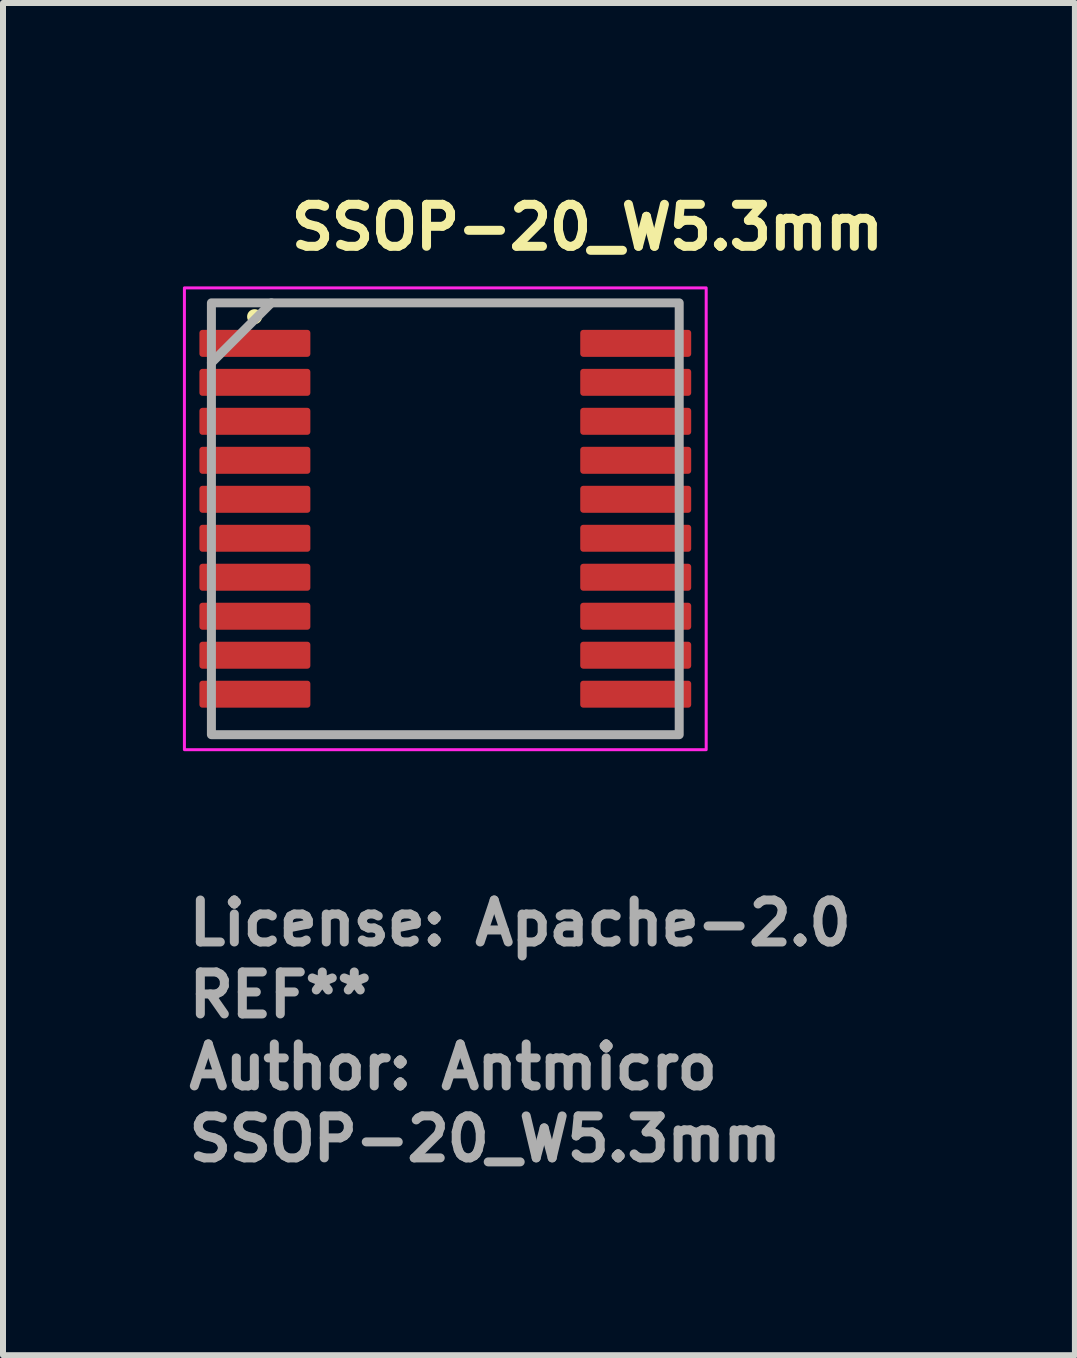
<source format=kicad_pcb>
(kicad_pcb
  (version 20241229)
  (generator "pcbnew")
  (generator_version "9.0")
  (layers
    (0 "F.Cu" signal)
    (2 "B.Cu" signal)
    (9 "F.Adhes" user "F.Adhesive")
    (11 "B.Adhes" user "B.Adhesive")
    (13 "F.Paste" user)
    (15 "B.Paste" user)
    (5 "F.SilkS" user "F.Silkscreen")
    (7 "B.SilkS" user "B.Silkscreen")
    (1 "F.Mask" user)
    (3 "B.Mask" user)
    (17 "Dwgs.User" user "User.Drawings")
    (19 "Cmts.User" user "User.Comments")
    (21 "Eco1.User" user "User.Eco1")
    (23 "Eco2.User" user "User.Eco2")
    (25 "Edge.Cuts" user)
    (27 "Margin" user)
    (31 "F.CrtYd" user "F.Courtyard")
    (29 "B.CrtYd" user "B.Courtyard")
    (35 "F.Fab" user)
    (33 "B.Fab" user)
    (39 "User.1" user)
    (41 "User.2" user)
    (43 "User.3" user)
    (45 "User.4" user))
  (footprint "SSOP-20_W5.3mm"
    (layer "F.Cu")
    (at 4.375 5.6)
    (property "Reference" "SSOP-20_W5.3mm" (at -2.645 -4.45 0) (layer "F.SilkS") (effects (font (size 0.7 0.7) (thickness 0.15)) (justify left bottom)))
    (attr smd)
    (fp_circle (center -3.18 -3.37) (end -3.13 -3.37) (stroke (width 0.15) (type solid)) (fill yes) (layer "F.SilkS"))
    (fp_rect (start -4.35 -3.85) (end 4.35 3.85) (stroke (width 0.05) (type solid)) (fill no) (layer "F.CrtYd"))
    (fp_line (start -2.9 -3.6) (end -3.9 -2.6) (stroke (width 0.15) (type default)) (layer "F.Fab"))
    (fp_rect (start -3.9 -3.6) (end 3.9 3.6) (stroke (width 0.15) (type solid)) (fill no) (layer "F.Fab"))
    (fp_rect (start -3.9 -3.6) (end 3.9 3.6) (stroke (width 0.1) (type solid)) (fill no) (layer "User.5"))
    (fp_line (start -3.9 -3.075) (end -3.9 -2.775) (stroke (width 0.02) (type solid)) (layer "User.9"))
    (fp_line (start -3.9 -2.425) (end -3.9 -2.125) (stroke (width 0.02) (type solid)) (layer "User.9"))
    (fp_line (start -3.9 -1.775) (end -3.9 -1.475) (stroke (width 0.02) (type solid)) (layer "User.9"))
    (fp_line (start -3.9 -1.125) (end -3.9 -0.825) (stroke (width 0.02) (type solid)) (layer "User.9"))
    (fp_line (start -3.9 -0.475) (end -3.9 -0.175) (stroke (width 0.02) (type solid)) (layer "User.9"))
    (fp_line (start -3.9 0.175) (end -3.9 0.475) (stroke (width 0.02) (type solid)) (layer "User.9"))
    (fp_line (start -3.9 0.825) (end -3.9 1.125) (stroke (width 0.02) (type solid)) (layer "User.9"))
    (fp_line (start -3.9 1.475) (end -3.9 1.775) (stroke (width 0.02) (type solid)) (layer "User.9"))
    (fp_line (start -3.9 2.125) (end -3.9 2.425) (stroke (width 0.02) (type solid)) (layer "User.9"))
    (fp_line (start -3.9 2.775) (end -3.9 3.075) (stroke (width 0.02) (type solid)) (layer "User.9"))
    (fp_line (start -3.43 -3.075) (end -3.9 -3.075) (stroke (width 0.02) (type solid)) (layer "User.9"))
    (fp_line (start -3.43 -3.075) (end -3.43 -2.775) (stroke (width 0.02) (type solid)) (layer "User.9"))
    (fp_line (start -3.43 -3.075) (end -3.293 -3.075) (stroke (width 0.02) (type solid)) (layer "User.9"))
    (fp_line (start -3.43 -2.775) (end -3.9 -2.775) (stroke (width 0.02) (type solid)) (layer "User.9"))
    (fp_line (start -3.43 -2.425) (end -3.9 -2.425) (stroke (width 0.02) (type solid)) (layer "User.9"))
    (fp_line (start -3.43 -2.425) (end -3.43 -2.125) (stroke (width 0.02) (type solid)) (layer "User.9"))
    (fp_line (start -3.43 -2.425) (end -3.293 -2.425) (stroke (width 0.02) (type solid)) (layer "User.9"))
    (fp_line (start -3.43 -2.125) (end -3.9 -2.125) (stroke (width 0.02) (type solid)) (layer "User.9"))
    (fp_line (start -3.43 -1.775) (end -3.9 -1.775) (stroke (width 0.02) (type solid)) (layer "User.9"))
    (fp_line (start -3.43 -1.775) (end -3.43 -1.475) (stroke (width 0.02) (type solid)) (layer "User.9"))
    (fp_line (start -3.43 -1.775) (end -3.293 -1.775) (stroke (width 0.02) (type solid)) (layer "User.9"))
    (fp_line (start -3.43 -1.475) (end -3.9 -1.475) (stroke (width 0.02) (type solid)) (layer "User.9"))
    (fp_line (start -3.43 -1.125) (end -3.9 -1.125) (stroke (width 0.02) (type solid)) (layer "User.9"))
    (fp_line (start -3.43 -1.125) (end -3.43 -0.825) (stroke (width 0.02) (type solid)) (layer "User.9"))
    (fp_line (start -3.43 -1.125) (end -3.293 -1.125) (stroke (width 0.02) (type solid)) (layer "User.9"))
    (fp_line (start -3.43 -0.825) (end -3.9 -0.825) (stroke (width 0.02) (type solid)) (layer "User.9"))
    (fp_line (start -3.43 -0.475) (end -3.9 -0.475) (stroke (width 0.02) (type solid)) (layer "User.9"))
    (fp_line (start -3.43 -0.475) (end -3.43 -0.175) (stroke (width 0.02) (type solid)) (layer "User.9"))
    (fp_line (start -3.43 -0.475) (end -3.293 -0.475) (stroke (width 0.02) (type solid)) (layer "User.9"))
    (fp_line (start -3.43 -0.175) (end -3.9 -0.175) (stroke (width 0.02) (type solid)) (layer "User.9"))
    (fp_line (start -3.43 0.175) (end -3.9 0.175) (stroke (width 0.02) (type solid)) (layer "User.9"))
    (fp_line (start -3.43 0.175) (end -3.43 0.475) (stroke (width 0.02) (type solid)) (layer "User.9"))
    (fp_line (start -3.43 0.175) (end -3.293 0.175) (stroke (width 0.02) (type solid)) (layer "User.9"))
    (fp_line (start -3.43 0.475) (end -3.9 0.475) (stroke (width 0.02) (type solid)) (layer "User.9"))
    (fp_line (start -3.43 0.825) (end -3.9 0.825) (stroke (width 0.02) (type solid)) (layer "User.9"))
    (fp_line (start -3.43 0.825) (end -3.43 1.125) (stroke (width 0.02) (type solid)) (layer "User.9"))
    (fp_line (start -3.43 0.825) (end -3.293 0.825) (stroke (width 0.02) (type solid)) (layer "User.9"))
    (fp_line (start -3.43 1.125) (end -3.9 1.125) (stroke (width 0.02) (type solid)) (layer "User.9"))
    (fp_line (start -3.43 1.475) (end -3.9 1.475) (stroke (width 0.02) (type solid)) (layer "User.9"))
    (fp_line (start -3.43 1.475) (end -3.43 1.775) (stroke (width 0.02) (type solid)) (layer "User.9"))
    (fp_line (start -3.43 1.475) (end -3.293 1.475) (stroke (width 0.02) (type solid)) (layer "User.9"))
    (fp_line (start -3.43 1.775) (end -3.9 1.775) (stroke (width 0.02) (type solid)) (layer "User.9"))
    (fp_line (start -3.43 2.125) (end -3.9 2.125) (stroke (width 0.02) (type solid)) (layer "User.9"))
    (fp_line (start -3.43 2.125) (end -3.43 2.425) (stroke (width 0.02) (type solid)) (layer "User.9"))
    (fp_line (start -3.43 2.125) (end -3.293 2.125) (stroke (width 0.02) (type solid)) (layer "User.9"))
    (fp_line (start -3.43 2.425) (end -3.9 2.425) (stroke (width 0.02) (type solid)) (layer "User.9"))
    (fp_line (start -3.43 2.775) (end -3.9 2.775) (stroke (width 0.02) (type solid)) (layer "User.9"))
    (fp_line (start -3.43 2.775) (end -3.43 3.075) (stroke (width 0.02) (type solid)) (layer "User.9"))
    (fp_line (start -3.43 2.775) (end -3.293 2.775) (stroke (width 0.02) (type solid)) (layer "User.9"))
    (fp_line (start -3.43 3.075) (end -3.9 3.075) (stroke (width 0.02) (type solid)) (layer "User.9"))
    (fp_line (start -3.293 -3.075) (end -3.293 -2.775) (stroke (width 0.02) (type solid)) (layer "User.9"))
    (fp_line (start -3.293 -2.775) (end -3.43 -2.775) (stroke (width 0.02) (type solid)) (layer "User.9"))
    (fp_line (start -3.293 -2.775) (end -3.215 -2.775) (stroke (width 0.02) (type solid)) (layer "User.9"))
    (fp_line (start -3.293 -2.425) (end -3.293 -2.125) (stroke (width 0.02) (type solid)) (layer "User.9"))
    (fp_line (start -3.293 -2.125) (end -3.43 -2.125) (stroke (width 0.02) (type solid)) (layer "User.9"))
    (fp_line (start -3.293 -2.125) (end -3.215 -2.125) (stroke (width 0.02) (type solid)) (layer "User.9"))
    (fp_line (start -3.293 -1.775) (end -3.293 -1.475) (stroke (width 0.02) (type solid)) (layer "User.9"))
    (fp_line (start -3.293 -1.475) (end -3.43 -1.475) (stroke (width 0.02) (type solid)) (layer "User.9"))
    (fp_line (start -3.293 -1.475) (end -3.215 -1.475) (stroke (width 0.02) (type solid)) (layer "User.9"))
    (fp_line (start -3.293 -1.125) (end -3.293 -0.825) (stroke (width 0.02) (type solid)) (layer "User.9"))
    (fp_line (start -3.293 -0.825) (end -3.43 -0.825) (stroke (width 0.02) (type solid)) (layer "User.9"))
    (fp_line (start -3.293 -0.825) (end -3.215 -0.825) (stroke (width 0.02) (type solid)) (layer "User.9"))
    (fp_line (start -3.293 -0.475) (end -3.293 -0.175) (stroke (width 0.02) (type solid)) (layer "User.9"))
    (fp_line (start -3.293 -0.175) (end -3.43 -0.175) (stroke (width 0.02) (type solid)) (layer "User.9"))
    (fp_line (start -3.293 -0.175) (end -3.215 -0.175) (stroke (width 0.02) (type solid)) (layer "User.9"))
    (fp_line (start -3.293 0.175) (end -3.293 0.475) (stroke (width 0.02) (type solid)) (layer "User.9"))
    (fp_line (start -3.293 0.475) (end -3.43 0.475) (stroke (width 0.02) (type solid)) (layer "User.9"))
    (fp_line (start -3.293 0.475) (end -3.215 0.475) (stroke (width 0.02) (type solid)) (layer "User.9"))
    (fp_line (start -3.293 0.825) (end -3.293 1.125) (stroke (width 0.02) (type solid)) (layer "User.9"))
    (fp_line (start -3.293 1.125) (end -3.43 1.125) (stroke (width 0.02) (type solid)) (layer "User.9"))
    (fp_line (start -3.293 1.125) (end -3.215 1.125) (stroke (width 0.02) (type solid)) (layer "User.9"))
    (fp_line (start -3.293 1.475) (end -3.293 1.775) (stroke (width 0.02) (type solid)) (layer "User.9"))
    (fp_line (start -3.293 1.775) (end -3.43 1.775) (stroke (width 0.02) (type solid)) (layer "User.9"))
    (fp_line (start -3.293 1.775) (end -3.215 1.775) (stroke (width 0.02) (type solid)) (layer "User.9"))
    (fp_line (start -3.293 2.125) (end -3.293 2.425) (stroke (width 0.02) (type solid)) (layer "User.9"))
    (fp_line (start -3.293 2.425) (end -3.43 2.425) (stroke (width 0.02) (type solid)) (layer "User.9"))
    (fp_line (start -3.293 2.425) (end -3.215 2.425) (stroke (width 0.02) (type solid)) (layer "User.9"))
    (fp_line (start -3.293 2.775) (end -3.293 3.075) (stroke (width 0.02) (type solid)) (layer "User.9"))
    (fp_line (start -3.293 3.075) (end -3.43 3.075) (stroke (width 0.02) (type solid)) (layer "User.9"))
    (fp_line (start -3.293 3.075) (end -3.215 3.075) (stroke (width 0.02) (type solid)) (layer "User.9"))
    (fp_line (start -3.215 -3.075) (end -3.293 -3.075) (stroke (width 0.02) (type solid)) (layer "User.9"))
    (fp_line (start -3.215 -3.075) (end -2.92 -3.075) (stroke (width 0.02) (type solid)) (layer "User.9"))
    (fp_line (start -3.215 -2.775) (end -3.215 -3.075) (stroke (width 0.02) (type solid)) (layer "User.9"))
    (fp_line (start -3.215 -2.425) (end -3.293 -2.425) (stroke (width 0.02) (type solid)) (layer "User.9"))
    (fp_line (start -3.215 -2.425) (end -2.92 -2.425) (stroke (width 0.02) (type solid)) (layer "User.9"))
    (fp_line (start -3.215 -2.125) (end -3.215 -2.425) (stroke (width 0.02) (type solid)) (layer "User.9"))
    (fp_line (start -3.215 -1.775) (end -3.293 -1.775) (stroke (width 0.02) (type solid)) (layer "User.9"))
    (fp_line (start -3.215 -1.775) (end -2.92 -1.775) (stroke (width 0.02) (type solid)) (layer "User.9"))
    (fp_line (start -3.215 -1.475) (end -3.215 -1.775) (stroke (width 0.02) (type solid)) (layer "User.9"))
    (fp_line (start -3.215 -1.125) (end -3.293 -1.125) (stroke (width 0.02) (type solid)) (layer "User.9"))
    (fp_line (start -3.215 -1.125) (end -2.92 -1.125) (stroke (width 0.02) (type solid)) (layer "User.9"))
    (fp_line (start -3.215 -0.825) (end -3.215 -1.125) (stroke (width 0.02) (type solid)) (layer "User.9"))
    (fp_line (start -3.215 -0.475) (end -3.293 -0.475) (stroke (width 0.02) (type solid)) (layer "User.9"))
    (fp_line (start -3.215 -0.475) (end -2.92 -0.475) (stroke (width 0.02) (type solid)) (layer "User.9"))
    (fp_line (start -3.215 -0.175) (end -3.215 -0.475) (stroke (width 0.02) (type solid)) (layer "User.9"))
    (fp_line (start -3.215 0.175) (end -3.293 0.175) (stroke (width 0.02) (type solid)) (layer "User.9"))
    (fp_line (start -3.215 0.175) (end -2.92 0.175) (stroke (width 0.02) (type solid)) (layer "User.9"))
    (fp_line (start -3.215 0.475) (end -3.215 0.175) (stroke (width 0.02) (type solid)) (layer "User.9"))
    (fp_line (start -3.215 0.825) (end -3.293 0.825) (stroke (width 0.02) (type solid)) (layer "User.9"))
    (fp_line (start -3.215 0.825) (end -2.92 0.825) (stroke (width 0.02) (type solid)) (layer "User.9"))
    (fp_line (start -3.215 1.125) (end -3.215 0.825) (stroke (width 0.02) (type solid)) (layer "User.9"))
    (fp_line (start -3.215 1.475) (end -3.293 1.475) (stroke (width 0.02) (type solid)) (layer "User.9"))
    (fp_line (start -3.215 1.475) (end -2.92 1.475) (stroke (width 0.02) (type solid)) (layer "User.9"))
    (fp_line (start -3.215 1.775) (end -3.215 1.475) (stroke (width 0.02) (type solid)) (layer "User.9"))
    (fp_line (start -3.215 2.125) (end -3.293 2.125) (stroke (width 0.02) (type solid)) (layer "User.9"))
    (fp_line (start -3.215 2.125) (end -2.92 2.125) (stroke (width 0.02) (type solid)) (layer "User.9"))
    (fp_line (start -3.215 2.425) (end -3.215 2.125) (stroke (width 0.02) (type solid)) (layer "User.9"))
    (fp_line (start -3.215 2.775) (end -3.293 2.775) (stroke (width 0.02) (type solid)) (layer "User.9"))
    (fp_line (start -3.215 2.775) (end -2.92 2.775) (stroke (width 0.02) (type solid)) (layer "User.9"))
    (fp_line (start -3.215 3.075) (end -3.215 2.775) (stroke (width 0.02) (type solid)) (layer "User.9"))
    (fp_line (start -2.919 -2.775) (end -3.215 -2.775) (stroke (width 0.02) (type solid)) (layer "User.9"))
    (fp_line (start -2.919 -2.775) (end -2.919 -3.075) (stroke (width 0.02) (type solid)) (layer "User.9"))
    (fp_line (start -2.919 -2.125) (end -3.215 -2.125) (stroke (width 0.02) (type solid)) (layer "User.9"))
    (fp_line (start -2.919 -2.125) (end -2.919 -2.425) (stroke (width 0.02) (type solid)) (layer "User.9"))
    (fp_line (start -2.919 -1.475) (end -3.215 -1.475) (stroke (width 0.02) (type solid)) (layer "User.9"))
    (fp_line (start -2.919 -1.475) (end -2.919 -1.775) (stroke (width 0.02) (type solid)) (layer "User.9"))
    (fp_line (start -2.919 -0.825) (end -3.215 -0.825) (stroke (width 0.02) (type solid)) (layer "User.9"))
    (fp_line (start -2.919 -0.825) (end -2.919 -1.125) (stroke (width 0.02) (type solid)) (layer "User.9"))
    (fp_line (start -2.919 -0.175) (end -3.215 -0.175) (stroke (width 0.02) (type solid)) (layer "User.9"))
    (fp_line (start -2.919 -0.175) (end -2.919 -0.475) (stroke (width 0.02) (type solid)) (layer "User.9"))
    (fp_line (start -2.919 0.475) (end -3.215 0.475) (stroke (width 0.02) (type solid)) (layer "User.9"))
    (fp_line (start -2.919 0.475) (end -2.919 0.175) (stroke (width 0.02) (type solid)) (layer "User.9"))
    (fp_line (start -2.919 1.125) (end -3.215 1.125) (stroke (width 0.02) (type solid)) (layer "User.9"))
    (fp_line (start -2.919 1.125) (end -2.919 0.825) (stroke (width 0.02) (type solid)) (layer "User.9"))
    (fp_line (start -2.919 1.775) (end -3.215 1.775) (stroke (width 0.02) (type solid)) (layer "User.9"))
    (fp_line (start -2.919 1.775) (end -2.919 1.475) (stroke (width 0.02) (type solid)) (layer "User.9"))
    (fp_line (start -2.919 2.425) (end -3.215 2.425) (stroke (width 0.02) (type solid)) (layer "User.9"))
    (fp_line (start -2.919 2.425) (end -2.919 2.125) (stroke (width 0.02) (type solid)) (layer "User.9"))
    (fp_line (start -2.919 3.075) (end -3.215 3.075) (stroke (width 0.02) (type solid)) (layer "User.9"))
    (fp_line (start -2.919 3.075) (end -2.919 2.775) (stroke (width 0.02) (type solid)) (layer "User.9"))
    (fp_line (start -2.65 -3.407) (end -2.65 -3.4) (stroke (width 0.02) (type solid)) (layer "User.9"))
    (fp_line (start -2.65 -3.4) (end -2.65 3.4) (stroke (width 0.02) (type solid)) (layer "User.9"))
    (fp_line (start -2.65 -3.075) (end -2.919 -3.075) (stroke (width 0.02) (type solid)) (layer "User.9"))
    (fp_line (start -2.65 -3.075) (end -2.65 -2.775) (stroke (width 0.02) (type solid)) (layer "User.9"))
    (fp_line (start -2.65 -2.775) (end -2.919 -2.775) (stroke (width 0.02) (type solid)) (layer "User.9"))
    (fp_line (start -2.65 -2.425) (end -2.919 -2.425) (stroke (width 0.02) (type solid)) (layer "User.9"))
    (fp_line (start -2.65 -2.425) (end -2.65 -2.125) (stroke (width 0.02) (type solid)) (layer "User.9"))
    (fp_line (start -2.65 -2.125) (end -2.919 -2.125) (stroke (width 0.02) (type solid)) (layer "User.9"))
    (fp_line (start -2.65 -1.775) (end -2.919 -1.775) (stroke (width 0.02) (type solid)) (layer "User.9"))
    (fp_line (start -2.65 -1.775) (end -2.65 -1.475) (stroke (width 0.02) (type solid)) (layer "User.9"))
    (fp_line (start -2.65 -1.475) (end -2.919 -1.475) (stroke (width 0.02) (type solid)) (layer "User.9"))
    (fp_line (start -2.65 -1.125) (end -2.919 -1.125) (stroke (width 0.02) (type solid)) (layer "User.9"))
    (fp_line (start -2.65 -1.125) (end -2.65 -0.825) (stroke (width 0.02) (type solid)) (layer "User.9"))
    (fp_line (start -2.65 -0.825) (end -2.919 -0.825) (stroke (width 0.02) (type solid)) (layer "User.9"))
    (fp_line (start -2.65 -0.475) (end -2.919 -0.475) (stroke (width 0.02) (type solid)) (layer "User.9"))
    (fp_line (start -2.65 -0.475) (end -2.65 -0.175) (stroke (width 0.02) (type solid)) (layer "User.9"))
    (fp_line (start -2.65 -0.175) (end -2.919 -0.175) (stroke (width 0.02) (type solid)) (layer "User.9"))
    (fp_line (start -2.65 0.175) (end -2.919 0.175) (stroke (width 0.02) (type solid)) (layer "User.9"))
    (fp_line (start -2.65 0.175) (end -2.65 0.475) (stroke (width 0.02) (type solid)) (layer "User.9"))
    (fp_line (start -2.65 0.475) (end -2.919 0.475) (stroke (width 0.02) (type solid)) (layer "User.9"))
    (fp_line (start -2.65 0.825) (end -2.919 0.825) (stroke (width 0.02) (type solid)) (layer "User.9"))
    (fp_line (start -2.65 0.825) (end -2.65 1.125) (stroke (width 0.02) (type solid)) (layer "User.9"))
    (fp_line (start -2.65 1.125) (end -2.919 1.125) (stroke (width 0.02) (type solid)) (layer "User.9"))
    (fp_line (start -2.65 1.475) (end -2.919 1.475) (stroke (width 0.02) (type solid)) (layer "User.9"))
    (fp_line (start -2.65 1.475) (end -2.65 1.775) (stroke (width 0.02) (type solid)) (layer "User.9"))
    (fp_line (start -2.65 1.775) (end -2.919 1.775) (stroke (width 0.02) (type solid)) (layer "User.9"))
    (fp_line (start -2.65 2.125) (end -2.919 2.125) (stroke (width 0.02) (type solid)) (layer "User.9"))
    (fp_line (start -2.65 2.125) (end -2.65 2.425) (stroke (width 0.02) (type solid)) (layer "User.9"))
    (fp_line (start -2.65 2.425) (end -2.919 2.425) (stroke (width 0.02) (type solid)) (layer "User.9"))
    (fp_line (start -2.65 2.775) (end -2.919 2.775) (stroke (width 0.02) (type solid)) (layer "User.9"))
    (fp_line (start -2.65 2.775) (end -2.65 3.075) (stroke (width 0.02) (type solid)) (layer "User.9"))
    (fp_line (start -2.65 3.075) (end -2.919 3.075) (stroke (width 0.02) (type solid)) (layer "User.9"))
    (fp_line (start -2.65 3.4) (end -2.65 3.407) (stroke (width 0.02) (type solid)) (layer "User.9"))
    (fp_line (start -2.65 3.407) (end -2.645 3.444) (stroke (width 0.02) (type solid)) (layer "User.9"))
    (fp_line (start -2.645 -3.444) (end -2.65 -3.407) (stroke (width 0.02) (type solid)) (layer "User.9"))
    (fp_line (start -2.645 3.444) (end -2.633 3.48) (stroke (width 0.02) (type solid)) (layer "User.9"))
    (fp_line (start -2.633 -3.48) (end -2.645 -3.444) (stroke (width 0.02) (type solid)) (layer "User.9"))
    (fp_line (start -2.633 3.48) (end -2.615 3.513) (stroke (width 0.02) (type solid)) (layer "User.9"))
    (fp_line (start -2.615 -3.513) (end -2.633 -3.48) (stroke (width 0.02) (type solid)) (layer "User.9"))
    (fp_line (start -2.615 3.513) (end -2.591 3.541) (stroke (width 0.02) (type solid)) (layer "User.9"))
    (fp_line (start -2.591 -3.541) (end -2.615 -3.513) (stroke (width 0.02) (type solid)) (layer "User.9"))
    (fp_line (start -2.591 3.541) (end -2.563 3.565) (stroke (width 0.02) (type solid)) (layer "User.9"))
    (fp_line (start -2.563 -3.565) (end -2.591 -3.541) (stroke (width 0.02) (type solid)) (layer "User.9"))
    (fp_line (start -2.563 3.565) (end -2.53 3.583) (stroke (width 0.02) (type solid)) (layer "User.9"))
    (fp_line (start -2.53 -3.583) (end -2.563 -3.565) (stroke (width 0.02) (type solid)) (layer "User.9"))
    (fp_line (start -2.53 3.583) (end -2.494 3.595) (stroke (width 0.02) (type solid)) (layer "User.9"))
    (fp_line (start -2.494 -3.595) (end -2.53 -3.583) (stroke (width 0.02) (type solid)) (layer "User.9"))
    (fp_line (start -2.494 3.595) (end -2.457 3.6) (stroke (width 0.02) (type solid)) (layer "User.9"))
    (fp_line (start -2.492 -3.249) (end -2.65 -3.407) (stroke (width 0.02) (type solid)) (layer "User.9"))
    (fp_line (start -2.492 -3.249) (end -2.154 -3.104) (stroke (width 0.02) (type solid)) (layer "User.9"))
    (fp_line (start -2.492 3.249) (end -2.65 3.407) (stroke (width 0.02) (type solid)) (layer "User.9"))
    (fp_line (start -2.492 3.249) (end -2.492 -3.25) (stroke (width 0.02) (type solid)) (layer "User.9"))
    (fp_line (start -2.492 3.249) (end -2.486 3.285) (stroke (width 0.02) (type solid)) (layer "User.9"))
    (fp_line (start -2.486 -3.285) (end -2.492 -3.249) (stroke (width 0.02) (type solid)) (layer "User.9"))
    (fp_line (start -2.486 3.285) (end -2.473 3.32) (stroke (width 0.02) (type solid)) (layer "User.9"))
    (fp_line (start -2.473 -3.32) (end -2.486 -3.285) (stroke (width 0.02) (type solid)) (layer "User.9"))
    (fp_line (start -2.473 3.32) (end -2.455 3.352) (stroke (width 0.02) (type solid)) (layer "User.9"))
    (fp_line (start -2.457 -3.6) (end -2.494 -3.595) (stroke (width 0.02) (type solid)) (layer "User.9"))
    (fp_line (start -2.457 3.6) (end -2.45 3.6) (stroke (width 0.02) (type solid)) (layer "User.9"))
    (fp_line (start -2.455 -3.352) (end -2.473 -3.32) (stroke (width 0.02) (type solid)) (layer "User.9"))
    (fp_line (start -2.455 3.352) (end -2.431 3.381) (stroke (width 0.02) (type solid)) (layer "User.9"))
    (fp_line (start -2.45 -3.6) (end -2.457 -3.6) (stroke (width 0.02) (type solid)) (layer "User.9"))
    (fp_line (start -2.45 3.6) (end 2.45 3.6) (stroke (width 0.02) (type solid)) (layer "User.9"))
    (fp_line (start -2.431 -3.381) (end -2.455 -3.352) (stroke (width 0.02) (type solid)) (layer "User.9"))
    (fp_line (start -2.431 3.381) (end -2.402 3.405) (stroke (width 0.02) (type solid)) (layer "User.9"))
    (fp_line (start -2.402 -3.405) (end -2.431 -3.381) (stroke (width 0.02) (type solid)) (layer "User.9"))
    (fp_line (start -2.402 3.405) (end -2.37 3.423) (stroke (width 0.02) (type solid)) (layer "User.9"))
    (fp_line (start -2.37 -3.423) (end -2.402 -3.405) (stroke (width 0.02) (type solid)) (layer "User.9"))
    (fp_line (start -2.37 3.423) (end -2.335 3.436) (stroke (width 0.02) (type solid)) (layer "User.9"))
    (fp_line (start -2.335 -3.436) (end -2.37 -3.423) (stroke (width 0.02) (type solid)) (layer "User.9"))
    (fp_line (start -2.335 3.436) (end -2.299 3.442) (stroke (width 0.02) (type solid)) (layer "User.9"))
    (fp_line (start -2.299 -3.442) (end -2.457 -3.6) (stroke (width 0.02) (type solid)) (layer "User.9"))
    (fp_line (start -2.299 -3.442) (end -2.335 -3.436) (stroke (width 0.02) (type solid)) (layer "User.9"))
    (fp_line (start -2.299 3.442) (end -2.457 3.6) (stroke (width 0.02) (type solid)) (layer "User.9"))
    (fp_line (start -2.299 3.442) (end -2.154 3.104) (stroke (width 0.02) (type solid)) (layer "User.9"))
    (fp_line (start -2.299 3.442) (end 2.3 3.442) (stroke (width 0.02) (type solid)) (layer "User.9"))
    (fp_line (start -2.2 -2.1) (end -2.197 -2.169) (stroke (width 0.02) (type solid)) (layer "User.9"))
    (fp_line (start -2.197 -2.169) (end -2.188 -2.237) (stroke (width 0.02) (type solid)) (layer "User.9"))
    (fp_line (start -2.197 -2.031) (end -2.2 -2.1) (stroke (width 0.02) (type solid)) (layer "User.9"))
    (fp_line (start -2.188 -2.237) (end -2.174 -2.304) (stroke (width 0.02) (type solid)) (layer "User.9"))
    (fp_line (start -2.188 -1.963) (end -2.197 -2.031) (stroke (width 0.02) (type solid)) (layer "User.9"))
    (fp_line (start -2.179 -2.282) (end -2.169 -2.322) (stroke (width 0.02) (type solid)) (layer "User.9"))
    (fp_line (start -2.174 -2.304) (end -2.154 -2.368) (stroke (width 0.02) (type solid)) (layer "User.9"))
    (fp_line (start -2.174 -1.896) (end -2.188 -1.963) (stroke (width 0.02) (type solid)) (layer "User.9"))
    (fp_line (start -2.169 -2.322) (end -2.156 -2.362) (stroke (width 0.02) (type solid)) (layer "User.9"))
    (fp_line (start -2.169 -1.878) (end -2.179 -1.918) (stroke (width 0.02) (type solid)) (layer "User.9"))
    (fp_line (start -2.156 -1.838) (end -2.169 -1.878) (stroke (width 0.02) (type solid)) (layer "User.9"))
    (fp_line (start -2.154 -3.104) (end -2.299 -3.442) (stroke (width 0.02) (type solid)) (layer "User.9"))
    (fp_line (start -2.154 -3.104) (end -2.154 -2.368) (stroke (width 0.02) (type solid)) (layer "User.9"))
    (fp_line (start -2.154 -2.368) (end -2.124 -2.442) (stroke (width 0.02) (type solid)) (layer "User.9"))
    (fp_line (start -2.154 -1.832) (end -2.174 -1.896) (stroke (width 0.02) (type solid)) (layer "User.9"))
    (fp_line (start -2.154 -1.832) (end -2.154 3.104) (stroke (width 0.02) (type solid)) (layer "User.9"))
    (fp_line (start -2.154 3.104) (end -2.492 3.249) (stroke (width 0.02) (type solid)) (layer "User.9"))
    (fp_line (start -2.154 3.104) (end 2.154 3.104) (stroke (width 0.02) (type solid)) (layer "User.9"))
    (fp_line (start -2.124 -2.442) (end -2.085 -2.512) (stroke (width 0.02) (type solid)) (layer "User.9"))
    (fp_line (start -2.123 -1.757) (end -2.153 -1.832) (stroke (width 0.02) (type solid)) (layer "User.9"))
    (fp_line (start -2.085 -2.512) (end -2.041 -2.579) (stroke (width 0.02) (type solid)) (layer "User.9"))
    (fp_line (start -2.085 -1.687) (end -2.123 -1.757) (stroke (width 0.02) (type solid)) (layer "User.9"))
    (fp_line (start -2.041 -2.579) (end -1.99 -2.641) (stroke (width 0.02) (type solid)) (layer "User.9"))
    (fp_line (start -2.04 -1.621) (end -2.085 -1.687) (stroke (width 0.02) (type solid)) (layer "User.9"))
    (fp_line (start -1.99 -2.641) (end -1.933 -2.697) (stroke (width 0.02) (type solid)) (layer "User.9"))
    (fp_line (start -1.99 -1.559) (end -2.04 -1.621) (stroke (width 0.02) (type solid)) (layer "User.9"))
    (fp_line (start -1.933 -2.697) (end -1.871 -2.747) (stroke (width 0.02) (type solid)) (layer "User.9"))
    (fp_line (start -1.933 -1.503) (end -1.99 -1.559) (stroke (width 0.02) (type solid)) (layer "User.9"))
    (fp_line (start -1.871 -2.747) (end -1.804 -2.791) (stroke (width 0.02) (type solid)) (layer "User.9"))
    (fp_line (start -1.871 -1.453) (end -1.933 -1.503) (stroke (width 0.02) (type solid)) (layer "User.9"))
    (fp_line (start -1.804 -2.791) (end -1.733 -2.828) (stroke (width 0.02) (type solid)) (layer "User.9"))
    (fp_line (start -1.803 -1.409) (end -1.871 -1.453) (stroke (width 0.02) (type solid)) (layer "User.9"))
    (fp_line (start -1.733 -2.828) (end -1.658 -2.858) (stroke (width 0.02) (type solid)) (layer "User.9"))
    (fp_line (start -1.733 -1.373) (end -1.803 -1.409) (stroke (width 0.02) (type solid)) (layer "User.9"))
    (fp_line (start -1.658 -2.858) (end -1.582 -2.879) (stroke (width 0.02) (type solid)) (layer "User.9"))
    (fp_line (start -1.658 -1.343) (end -1.733 -1.373) (stroke (width 0.02) (type solid)) (layer "User.9"))
    (fp_line (start -1.582 -2.879) (end -1.502 -2.893) (stroke (width 0.02) (type solid)) (layer "User.9"))
    (fp_line (start -1.582 -1.321) (end -1.658 -1.343) (stroke (width 0.02) (type solid)) (layer "User.9"))
    (fp_line (start -1.503 -1.307) (end -1.582 -1.321) (stroke (width 0.02) (type solid)) (layer "User.9"))
    (fp_line (start -1.502 -2.893) (end -1.423 -2.9) (stroke (width 0.02) (type solid)) (layer "User.9"))
    (fp_line (start -1.424 -1.3) (end -1.503 -1.307) (stroke (width 0.02) (type solid)) (layer "User.9"))
    (fp_line (start -1.423 -2.9) (end -1.343 -2.898) (stroke (width 0.02) (type solid)) (layer "User.9"))
    (fp_line (start -1.344 -1.302) (end -1.424 -1.3) (stroke (width 0.02) (type solid)) (layer "User.9"))
    (fp_line (start -1.343 -2.898) (end -1.263 -2.888) (stroke (width 0.02) (type solid)) (layer "User.9"))
    (fp_line (start -1.264 -1.312) (end -1.344 -1.302) (stroke (width 0.02) (type solid)) (layer "User.9"))
    (fp_line (start -1.263 -2.888) (end -1.186 -2.871) (stroke (width 0.02) (type solid)) (layer "User.9"))
    (fp_line (start -1.186 -2.871) (end -1.11 -2.846) (stroke (width 0.02) (type solid)) (layer "User.9"))
    (fp_line (start -1.186 -1.329) (end -1.264 -1.312) (stroke (width 0.02) (type solid)) (layer "User.9"))
    (fp_line (start -1.11 -2.846) (end -1.037 -2.813) (stroke (width 0.02) (type solid)) (layer "User.9"))
    (fp_line (start -1.11 -1.354) (end -1.186 -1.329) (stroke (width 0.02) (type solid)) (layer "User.9"))
    (fp_line (start -1.037 -2.813) (end -0.967 -2.773) (stroke (width 0.02) (type solid)) (layer "User.9"))
    (fp_line (start -1.037 -1.387) (end -1.11 -1.354) (stroke (width 0.02) (type solid)) (layer "User.9"))
    (fp_line (start -0.968 -1.427) (end -1.037 -1.387) (stroke (width 0.02) (type solid)) (layer "User.9"))
    (fp_line (start -0.967 -2.773) (end -0.903 -2.727) (stroke (width 0.02) (type solid)) (layer "User.9"))
    (fp_line (start -0.903 -2.727) (end -0.843 -2.674) (stroke (width 0.02) (type solid)) (layer "User.9"))
    (fp_line (start -0.903 -1.473) (end -0.968 -1.427) (stroke (width 0.02) (type solid)) (layer "User.9"))
    (fp_line (start -0.843 -2.674) (end -0.788 -2.615) (stroke (width 0.02) (type solid)) (layer "User.9"))
    (fp_line (start -0.843 -1.526) (end -0.903 -1.473) (stroke (width 0.02) (type solid)) (layer "User.9"))
    (fp_line (start -0.788 -2.615) (end -0.74 -2.552) (stroke (width 0.02) (type solid)) (layer "User.9"))
    (fp_line (start -0.788 -1.585) (end -0.843 -1.526) (stroke (width 0.02) (type solid)) (layer "User.9"))
    (fp_line (start -0.74 -2.552) (end -0.698 -2.483) (stroke (width 0.02) (type solid)) (layer "User.9"))
    (fp_line (start -0.74 -1.648) (end -0.788 -1.585) (stroke (width 0.02) (type solid)) (layer "User.9"))
    (fp_line (start -0.698 -2.483) (end -0.663 -2.411) (stroke (width 0.02) (type solid)) (layer "User.9"))
    (fp_line (start -0.698 -1.717) (end -0.74 -1.648) (stroke (width 0.02) (type solid)) (layer "User.9"))
    (fp_line (start -0.663 -2.411) (end -0.636 -2.336) (stroke (width 0.02) (type solid)) (layer "User.9"))
    (fp_line (start -0.663 -1.789) (end -0.698 -1.717) (stroke (width 0.02) (type solid)) (layer "User.9"))
    (fp_line (start -0.636 -2.336) (end -0.616 -2.259) (stroke (width 0.02) (type solid)) (layer "User.9"))
    (fp_line (start -0.636 -1.864) (end -0.663 -1.789) (stroke (width 0.02) (type solid)) (layer "User.9"))
    (fp_line (start -0.616 -2.259) (end -0.604 -2.179) (stroke (width 0.02) (type solid)) (layer "User.9"))
    (fp_line (start -0.616 -1.941) (end -0.636 -1.864) (stroke (width 0.02) (type solid)) (layer "User.9"))
    (fp_line (start -0.604 -2.179) (end -0.6 -2.1) (stroke (width 0.02) (type solid)) (layer "User.9"))
    (fp_line (start -0.604 -2.02) (end -0.616 -1.941) (stroke (width 0.02) (type solid)) (layer "User.9"))
    (fp_line (start -0.6 -2.1) (end -0.604 -2.02) (stroke (width 0.02) (type solid)) (layer "User.9"))
    (fp_line (start 2.154 -3.104) (end -2.154 -3.104) (stroke (width 0.02) (type solid)) (layer "User.9"))
    (fp_line (start 2.154 -3.104) (end 2.492 -3.249) (stroke (width 0.02) (type solid)) (layer "User.9"))
    (fp_line (start 2.154 3.104) (end 2.154 -3.104) (stroke (width 0.02) (type solid)) (layer "User.9"))
    (fp_line (start 2.154 3.104) (end 2.299 3.442) (stroke (width 0.02) (type solid)) (layer "User.9"))
    (fp_line (start 2.299 -3.442) (end -2.3 -3.442) (stroke (width 0.02) (type solid)) (layer "User.9"))
    (fp_line (start 2.299 -3.442) (end 2.154 -3.104) (stroke (width 0.02) (type solid)) (layer "User.9"))
    (fp_line (start 2.299 -3.442) (end 2.457 -3.6) (stroke (width 0.02) (type solid)) (layer "User.9"))
    (fp_line (start 2.299 3.442) (end 2.335 3.436) (stroke (width 0.02) (type solid)) (layer "User.9"))
    (fp_line (start 2.299 3.442) (end 2.457 3.6) (stroke (width 0.02) (type solid)) (layer "User.9"))
    (fp_line (start 2.335 -3.436) (end 2.299 -3.442) (stroke (width 0.02) (type solid)) (layer "User.9"))
    (fp_line (start 2.335 3.436) (end 2.37 3.423) (stroke (width 0.02) (type solid)) (layer "User.9"))
    (fp_line (start 2.37 -3.423) (end 2.335 -3.436) (stroke (width 0.02) (type solid)) (layer "User.9"))
    (fp_line (start 2.37 3.423) (end 2.402 3.405) (stroke (width 0.02) (type solid)) (layer "User.9"))
    (fp_line (start 2.402 -3.405) (end 2.37 -3.423) (stroke (width 0.02) (type solid)) (layer "User.9"))
    (fp_line (start 2.402 3.405) (end 2.431 3.381) (stroke (width 0.02) (type solid)) (layer "User.9"))
    (fp_line (start 2.431 -3.381) (end 2.402 -3.405) (stroke (width 0.02) (type solid)) (layer "User.9"))
    (fp_line (start 2.431 3.381) (end 2.455 3.352) (stroke (width 0.02) (type solid)) (layer "User.9"))
    (fp_line (start 2.45 -3.6) (end -2.45 -3.6) (stroke (width 0.02) (type solid)) (layer "User.9"))
    (fp_line (start 2.45 3.6) (end 2.457 3.6) (stroke (width 0.02) (type solid)) (layer "User.9"))
    (fp_line (start 2.455 -3.352) (end 2.431 -3.381) (stroke (width 0.02) (type solid)) (layer "User.9"))
    (fp_line (start 2.455 3.352) (end 2.473 3.32) (stroke (width 0.02) (type solid)) (layer "User.9"))
    (fp_line (start 2.457 -3.6) (end 2.45 -3.6) (stroke (width 0.02) (type solid)) (layer "User.9"))
    (fp_line (start 2.457 3.6) (end 2.494 3.595) (stroke (width 0.02) (type solid)) (layer "User.9"))
    (fp_line (start 2.473 -3.32) (end 2.455 -3.352) (stroke (width 0.02) (type solid)) (layer "User.9"))
    (fp_line (start 2.473 3.32) (end 2.486 3.285) (stroke (width 0.02) (type solid)) (layer "User.9"))
    (fp_line (start 2.486 -3.285) (end 2.473 -3.32) (stroke (width 0.02) (type solid)) (layer "User.9"))
    (fp_line (start 2.486 3.285) (end 2.492 3.249) (stroke (width 0.02) (type solid)) (layer "User.9"))
    (fp_line (start 2.492 -3.249) (end 2.486 -3.285) (stroke (width 0.02) (type solid)) (layer "User.9"))
    (fp_line (start 2.492 -3.249) (end 2.65 -3.407) (stroke (width 0.02) (type solid)) (layer "User.9"))
    (fp_line (start 2.492 3.249) (end 2.154 3.104) (stroke (width 0.02) (type solid)) (layer "User.9"))
    (fp_line (start 2.492 3.249) (end 2.492 -3.25) (stroke (width 0.02) (type solid)) (layer "User.9"))
    (fp_line (start 2.492 3.249) (end 2.65 3.407) (stroke (width 0.02) (type solid)) (layer "User.9"))
    (fp_line (start 2.494 -3.595) (end 2.457 -3.6) (stroke (width 0.02) (type solid)) (layer "User.9"))
    (fp_line (start 2.494 3.595) (end 2.53 3.583) (stroke (width 0.02) (type solid)) (layer "User.9"))
    (fp_line (start 2.53 -3.583) (end 2.494 -3.595) (stroke (width 0.02) (type solid)) (layer "User.9"))
    (fp_line (start 2.53 3.583) (end 2.563 3.565) (stroke (width 0.02) (type solid)) (layer "User.9"))
    (fp_line (start 2.563 -3.565) (end 2.53 -3.583) (stroke (width 0.02) (type solid)) (layer "User.9"))
    (fp_line (start 2.563 3.565) (end 2.591 3.541) (stroke (width 0.02) (type solid)) (layer "User.9"))
    (fp_line (start 2.591 -3.541) (end 2.563 -3.565) (stroke (width 0.02) (type solid)) (layer "User.9"))
    (fp_line (start 2.591 3.541) (end 2.615 3.513) (stroke (width 0.02) (type solid)) (layer "User.9"))
    (fp_line (start 2.615 -3.513) (end 2.591 -3.541) (stroke (width 0.02) (type solid)) (layer "User.9"))
    (fp_line (start 2.615 3.513) (end 2.633 3.48) (stroke (width 0.02) (type solid)) (layer "User.9"))
    (fp_line (start 2.633 -3.48) (end 2.615 -3.513) (stroke (width 0.02) (type solid)) (layer "User.9"))
    (fp_line (start 2.633 3.48) (end 2.645 3.444) (stroke (width 0.02) (type solid)) (layer "User.9"))
    (fp_line (start 2.645 -3.444) (end 2.633 -3.48) (stroke (width 0.02) (type solid)) (layer "User.9"))
    (fp_line (start 2.645 3.444) (end 2.65 3.407) (stroke (width 0.02) (type solid)) (layer "User.9"))
    (fp_line (start 2.65 -3.407) (end 2.645 -3.444) (stroke (width 0.02) (type solid)) (layer "User.9"))
    (fp_line (start 2.65 -3.4) (end 2.65 -3.407) (stroke (width 0.02) (type solid)) (layer "User.9"))
    (fp_line (start 2.65 -3.075) (end 2.919 -3.075) (stroke (width 0.02) (type solid)) (layer "User.9"))
    (fp_line (start 2.65 -2.775) (end 2.65 -3.075) (stroke (width 0.02) (type solid)) (layer "User.9"))
    (fp_line (start 2.65 -2.775) (end 2.919 -2.775) (stroke (width 0.02) (type solid)) (layer "User.9"))
    (fp_line (start 2.65 -2.425) (end 2.919 -2.425) (stroke (width 0.02) (type solid)) (layer "User.9"))
    (fp_line (start 2.65 -2.125) (end 2.65 -2.425) (stroke (width 0.02) (type solid)) (layer "User.9"))
    (fp_line (start 2.65 -2.125) (end 2.919 -2.125) (stroke (width 0.02) (type solid)) (layer "User.9"))
    (fp_line (start 2.65 -1.775) (end 2.919 -1.775) (stroke (width 0.02) (type solid)) (layer "User.9"))
    (fp_line (start 2.65 -1.475) (end 2.65 -1.775) (stroke (width 0.02) (type solid)) (layer "User.9"))
    (fp_line (start 2.65 -1.475) (end 2.919 -1.475) (stroke (width 0.02) (type solid)) (layer "User.9"))
    (fp_line (start 2.65 -1.125) (end 2.919 -1.125) (stroke (width 0.02) (type solid)) (layer "User.9"))
    (fp_line (start 2.65 -0.825) (end 2.65 -1.125) (stroke (width 0.02) (type solid)) (layer "User.9"))
    (fp_line (start 2.65 -0.825) (end 2.919 -0.825) (stroke (width 0.02) (type solid)) (layer "User.9"))
    (fp_line (start 2.65 -0.475) (end 2.919 -0.475) (stroke (width 0.02) (type solid)) (layer "User.9"))
    (fp_line (start 2.65 -0.175) (end 2.65 -0.475) (stroke (width 0.02) (type solid)) (layer "User.9"))
    (fp_line (start 2.65 -0.175) (end 2.919 -0.175) (stroke (width 0.02) (type solid)) (layer "User.9"))
    (fp_line (start 2.65 0.175) (end 2.919 0.175) (stroke (width 0.02) (type solid)) (layer "User.9"))
    (fp_line (start 2.65 0.475) (end 2.65 0.175) (stroke (width 0.02) (type solid)) (layer "User.9"))
    (fp_line (start 2.65 0.475) (end 2.919 0.475) (stroke (width 0.02) (type solid)) (layer "User.9"))
    (fp_line (start 2.65 0.825) (end 2.919 0.825) (stroke (width 0.02) (type solid)) (layer "User.9"))
    (fp_line (start 2.65 1.125) (end 2.65 0.825) (stroke (width 0.02) (type solid)) (layer "User.9"))
    (fp_line (start 2.65 1.125) (end 2.919 1.125) (stroke (width 0.02) (type solid)) (layer "User.9"))
    (fp_line (start 2.65 1.475) (end 2.919 1.475) (stroke (width 0.02) (type solid)) (layer "User.9"))
    (fp_line (start 2.65 1.775) (end 2.65 1.475) (stroke (width 0.02) (type solid)) (layer "User.9"))
    (fp_line (start 2.65 1.775) (end 2.919 1.775) (stroke (width 0.02) (type solid)) (layer "User.9"))
    (fp_line (start 2.65 2.125) (end 2.919 2.125) (stroke (width 0.02) (type solid)) (layer "User.9"))
    (fp_line (start 2.65 2.425) (end 2.65 2.125) (stroke (width 0.02) (type solid)) (layer "User.9"))
    (fp_line (start 2.65 2.425) (end 2.919 2.425) (stroke (width 0.02) (type solid)) (layer "User.9"))
    (fp_line (start 2.65 2.775) (end 2.919 2.775) (stroke (width 0.02) (type solid)) (layer "User.9"))
    (fp_line (start 2.65 3.075) (end 2.65 2.775) (stroke (width 0.02) (type solid)) (layer "User.9"))
    (fp_line (start 2.65 3.075) (end 2.919 3.075) (stroke (width 0.02) (type solid)) (layer "User.9"))
    (fp_line (start 2.65 3.4) (end 2.65 -3.4) (stroke (width 0.02) (type solid)) (layer "User.9"))
    (fp_line (start 2.65 3.407) (end 2.65 3.4) (stroke (width 0.02) (type solid)) (layer "User.9"))
    (fp_line (start 2.919 -3.075) (end 2.919 -2.775) (stroke (width 0.02) (type solid)) (layer "User.9"))
    (fp_line (start 2.919 -3.075) (end 3.215 -3.075) (stroke (width 0.02) (type solid)) (layer "User.9"))
    (fp_line (start 2.919 -2.425) (end 2.919 -2.125) (stroke (width 0.02) (type solid)) (layer "User.9"))
    (fp_line (start 2.919 -2.425) (end 3.215 -2.425) (stroke (width 0.02) (type solid)) (layer "User.9"))
    (fp_line (start 2.919 -1.775) (end 2.919 -1.475) (stroke (width 0.02) (type solid)) (layer "User.9"))
    (fp_line (start 2.919 -1.775) (end 3.215 -1.775) (stroke (width 0.02) (type solid)) (layer "User.9"))
    (fp_line (start 2.919 -1.125) (end 2.919 -0.825) (stroke (width 0.02) (type solid)) (layer "User.9"))
    (fp_line (start 2.919 -1.125) (end 3.215 -1.125) (stroke (width 0.02) (type solid)) (layer "User.9"))
    (fp_line (start 2.919 -0.475) (end 2.919 -0.175) (stroke (width 0.02) (type solid)) (layer "User.9"))
    (fp_line (start 2.919 -0.475) (end 3.215 -0.475) (stroke (width 0.02) (type solid)) (layer "User.9"))
    (fp_line (start 2.919 0.175) (end 2.919 0.475) (stroke (width 0.02) (type solid)) (layer "User.9"))
    (fp_line (start 2.919 0.175) (end 3.215 0.175) (stroke (width 0.02) (type solid)) (layer "User.9"))
    (fp_line (start 2.919 0.825) (end 2.919 1.125) (stroke (width 0.02) (type solid)) (layer "User.9"))
    (fp_line (start 2.919 0.825) (end 3.215 0.825) (stroke (width 0.02) (type solid)) (layer "User.9"))
    (fp_line (start 2.919 1.475) (end 2.919 1.775) (stroke (width 0.02) (type solid)) (layer "User.9"))
    (fp_line (start 2.919 1.475) (end 3.215 1.475) (stroke (width 0.02) (type solid)) (layer "User.9"))
    (fp_line (start 2.919 2.125) (end 2.919 2.425) (stroke (width 0.02) (type solid)) (layer "User.9"))
    (fp_line (start 2.919 2.125) (end 3.215 2.125) (stroke (width 0.02) (type solid)) (layer "User.9"))
    (fp_line (start 2.919 2.775) (end 2.919 3.075) (stroke (width 0.02) (type solid)) (layer "User.9"))
    (fp_line (start 2.919 2.775) (end 3.215 2.775) (stroke (width 0.02) (type solid)) (layer "User.9"))
    (fp_line (start 3.215 -3.075) (end 3.215 -2.775) (stroke (width 0.02) (type solid)) (layer "User.9"))
    (fp_line (start 3.215 -2.775) (end 2.919 -2.775) (stroke (width 0.02) (type solid)) (layer "User.9"))
    (fp_line (start 3.215 -2.775) (end 3.293 -2.775) (stroke (width 0.02) (type solid)) (layer "User.9"))
    (fp_line (start 3.215 -2.425) (end 3.215 -2.125) (stroke (width 0.02) (type solid)) (layer "User.9"))
    (fp_line (start 3.215 -2.125) (end 2.919 -2.125) (stroke (width 0.02) (type solid)) (layer "User.9"))
    (fp_line (start 3.215 -2.125) (end 3.293 -2.125) (stroke (width 0.02) (type solid)) (layer "User.9"))
    (fp_line (start 3.215 -1.775) (end 3.215 -1.475) (stroke (width 0.02) (type solid)) (layer "User.9"))
    (fp_line (start 3.215 -1.475) (end 2.919 -1.475) (stroke (width 0.02) (type solid)) (layer "User.9"))
    (fp_line (start 3.215 -1.475) (end 3.293 -1.475) (stroke (width 0.02) (type solid)) (layer "User.9"))
    (fp_line (start 3.215 -1.125) (end 3.215 -0.825) (stroke (width 0.02) (type solid)) (layer "User.9"))
    (fp_line (start 3.215 -0.825) (end 2.919 -0.825) (stroke (width 0.02) (type solid)) (layer "User.9"))
    (fp_line (start 3.215 -0.825) (end 3.293 -0.825) (stroke (width 0.02) (type solid)) (layer "User.9"))
    (fp_line (start 3.215 -0.475) (end 3.215 -0.175) (stroke (width 0.02) (type solid)) (layer "User.9"))
    (fp_line (start 3.215 -0.175) (end 2.919 -0.175) (stroke (width 0.02) (type solid)) (layer "User.9"))
    (fp_line (start 3.215 -0.175) (end 3.293 -0.175) (stroke (width 0.02) (type solid)) (layer "User.9"))
    (fp_line (start 3.215 0.175) (end 3.215 0.475) (stroke (width 0.02) (type solid)) (layer "User.9"))
    (fp_line (start 3.215 0.475) (end 2.919 0.475) (stroke (width 0.02) (type solid)) (layer "User.9"))
    (fp_line (start 3.215 0.475) (end 3.293 0.475) (stroke (width 0.02) (type solid)) (layer "User.9"))
    (fp_line (start 3.215 0.825) (end 3.215 1.125) (stroke (width 0.02) (type solid)) (layer "User.9"))
    (fp_line (start 3.215 1.125) (end 2.919 1.125) (stroke (width 0.02) (type solid)) (layer "User.9"))
    (fp_line (start 3.215 1.125) (end 3.293 1.125) (stroke (width 0.02) (type solid)) (layer "User.9"))
    (fp_line (start 3.215 1.475) (end 3.215 1.775) (stroke (width 0.02) (type solid)) (layer "User.9"))
    (fp_line (start 3.215 1.775) (end 2.919 1.775) (stroke (width 0.02) (type solid)) (layer "User.9"))
    (fp_line (start 3.215 1.775) (end 3.293 1.775) (stroke (width 0.02) (type solid)) (layer "User.9"))
    (fp_line (start 3.215 2.125) (end 3.215 2.425) (stroke (width 0.02) (type solid)) (layer "User.9"))
    (fp_line (start 3.215 2.425) (end 2.919 2.425) (stroke (width 0.02) (type solid)) (layer "User.9"))
    (fp_line (start 3.215 2.425) (end 3.293 2.425) (stroke (width 0.02) (type solid)) (layer "User.9"))
    (fp_line (start 3.215 2.775) (end 3.215 3.075) (stroke (width 0.02) (type solid)) (layer "User.9"))
    (fp_line (start 3.215 3.075) (end 2.919 3.075) (stroke (width 0.02) (type solid)) (layer "User.9"))
    (fp_line (start 3.215 3.075) (end 3.293 3.075) (stroke (width 0.02) (type solid)) (layer "User.9"))
    (fp_line (start 3.293 -3.075) (end 3.215 -3.075) (stroke (width 0.02) (type solid)) (layer "User.9"))
    (fp_line (start 3.293 -3.075) (end 3.43 -3.075) (stroke (width 0.02) (type solid)) (layer "User.9"))
    (fp_line (start 3.293 -2.775) (end 3.293 -3.075) (stroke (width 0.02) (type solid)) (layer "User.9"))
    (fp_line (start 3.293 -2.425) (end 3.215 -2.425) (stroke (width 0.02) (type solid)) (layer "User.9"))
    (fp_line (start 3.293 -2.425) (end 3.43 -2.425) (stroke (width 0.02) (type solid)) (layer "User.9"))
    (fp_line (start 3.293 -2.125) (end 3.293 -2.425) (stroke (width 0.02) (type solid)) (layer "User.9"))
    (fp_line (start 3.293 -1.775) (end 3.215 -1.775) (stroke (width 0.02) (type solid)) (layer "User.9"))
    (fp_line (start 3.293 -1.775) (end 3.43 -1.775) (stroke (width 0.02) (type solid)) (layer "User.9"))
    (fp_line (start 3.293 -1.475) (end 3.293 -1.775) (stroke (width 0.02) (type solid)) (layer "User.9"))
    (fp_line (start 3.293 -1.125) (end 3.215 -1.125) (stroke (width 0.02) (type solid)) (layer "User.9"))
    (fp_line (start 3.293 -1.125) (end 3.43 -1.125) (stroke (width 0.02) (type solid)) (layer "User.9"))
    (fp_line (start 3.293 -0.825) (end 3.293 -1.125) (stroke (width 0.02) (type solid)) (layer "User.9"))
    (fp_line (start 3.293 -0.475) (end 3.215 -0.475) (stroke (width 0.02) (type solid)) (layer "User.9"))
    (fp_line (start 3.293 -0.475) (end 3.43 -0.475) (stroke (width 0.02) (type solid)) (layer "User.9"))
    (fp_line (start 3.293 -0.175) (end 3.293 -0.475) (stroke (width 0.02) (type solid)) (layer "User.9"))
    (fp_line (start 3.293 0.175) (end 3.215 0.175) (stroke (width 0.02) (type solid)) (layer "User.9"))
    (fp_line (start 3.293 0.175) (end 3.43 0.175) (stroke (width 0.02) (type solid)) (layer "User.9"))
    (fp_line (start 3.293 0.475) (end 3.293 0.175) (stroke (width 0.02) (type solid)) (layer "User.9"))
    (fp_line (start 3.293 0.825) (end 3.215 0.825) (stroke (width 0.02) (type solid)) (layer "User.9"))
    (fp_line (start 3.293 0.825) (end 3.43 0.825) (stroke (width 0.02) (type solid)) (layer "User.9"))
    (fp_line (start 3.293 1.125) (end 3.293 0.825) (stroke (width 0.02) (type solid)) (layer "User.9"))
    (fp_line (start 3.293 1.475) (end 3.215 1.475) (stroke (width 0.02) (type solid)) (layer "User.9"))
    (fp_line (start 3.293 1.475) (end 3.43 1.475) (stroke (width 0.02) (type solid)) (layer "User.9"))
    (fp_line (start 3.293 1.775) (end 3.293 1.475) (stroke (width 0.02) (type solid)) (layer "User.9"))
    (fp_line (start 3.293 2.125) (end 3.215 2.125) (stroke (width 0.02) (type solid)) (layer "User.9"))
    (fp_line (start 3.293 2.125) (end 3.43 2.125) (stroke (width 0.02) (type solid)) (layer "User.9"))
    (fp_line (start 3.293 2.425) (end 3.293 2.125) (stroke (width 0.02) (type solid)) (layer "User.9"))
    (fp_line (start 3.293 2.775) (end 3.215 2.775) (stroke (width 0.02) (type solid)) (layer "User.9"))
    (fp_line (start 3.293 2.775) (end 3.43 2.775) (stroke (width 0.02) (type solid)) (layer "User.9"))
    (fp_line (start 3.293 3.075) (end 3.293 2.775) (stroke (width 0.02) (type solid)) (layer "User.9"))
    (fp_line (start 3.43 -3.075) (end 3.9 -3.075) (stroke (width 0.02) (type solid)) (layer "User.9"))
    (fp_line (start 3.43 -2.775) (end 3.293 -2.775) (stroke (width 0.02) (type solid)) (layer "User.9"))
    (fp_line (start 3.43 -2.775) (end 3.43 -3.075) (stroke (width 0.02) (type solid)) (layer "User.9"))
    (fp_line (start 3.43 -2.775) (end 3.9 -2.775) (stroke (width 0.02) (type solid)) (layer "User.9"))
    (fp_line (start 3.43 -2.425) (end 3.9 -2.425) (stroke (width 0.02) (type solid)) (layer "User.9"))
    (fp_line (start 3.43 -2.125) (end 3.293 -2.125) (stroke (width 0.02) (type solid)) (layer "User.9"))
    (fp_line (start 3.43 -2.125) (end 3.43 -2.425) (stroke (width 0.02) (type solid)) (layer "User.9"))
    (fp_line (start 3.43 -2.125) (end 3.9 -2.125) (stroke (width 0.02) (type solid)) (layer "User.9"))
    (fp_line (start 3.43 -1.775) (end 3.9 -1.775) (stroke (width 0.02) (type solid)) (layer "User.9"))
    (fp_line (start 3.43 -1.475) (end 3.293 -1.475) (stroke (width 0.02) (type solid)) (layer "User.9"))
    (fp_line (start 3.43 -1.475) (end 3.43 -1.775) (stroke (width 0.02) (type solid)) (layer "User.9"))
    (fp_line (start 3.43 -1.475) (end 3.9 -1.475) (stroke (width 0.02) (type solid)) (layer "User.9"))
    (fp_line (start 3.43 -1.125) (end 3.9 -1.125) (stroke (width 0.02) (type solid)) (layer "User.9"))
    (fp_line (start 3.43 -0.825) (end 3.293 -0.825) (stroke (width 0.02) (type solid)) (layer "User.9"))
    (fp_line (start 3.43 -0.825) (end 3.43 -1.125) (stroke (width 0.02) (type solid)) (layer "User.9"))
    (fp_line (start 3.43 -0.825) (end 3.9 -0.825) (stroke (width 0.02) (type solid)) (layer "User.9"))
    (fp_line (start 3.43 -0.475) (end 3.9 -0.475) (stroke (width 0.02) (type solid)) (layer "User.9"))
    (fp_line (start 3.43 -0.175) (end 3.293 -0.175) (stroke (width 0.02) (type solid)) (layer "User.9"))
    (fp_line (start 3.43 -0.175) (end 3.43 -0.475) (stroke (width 0.02) (type solid)) (layer "User.9"))
    (fp_line (start 3.43 -0.175) (end 3.9 -0.175) (stroke (width 0.02) (type solid)) (layer "User.9"))
    (fp_line (start 3.43 0.175) (end 3.9 0.175) (stroke (width 0.02) (type solid)) (layer "User.9"))
    (fp_line (start 3.43 0.475) (end 3.293 0.475) (stroke (width 0.02) (type solid)) (layer "User.9"))
    (fp_line (start 3.43 0.475) (end 3.43 0.175) (stroke (width 0.02) (type solid)) (layer "User.9"))
    (fp_line (start 3.43 0.475) (end 3.9 0.475) (stroke (width 0.02) (type solid)) (layer "User.9"))
    (fp_line (start 3.43 0.825) (end 3.9 0.825) (stroke (width 0.02) (type solid)) (layer "User.9"))
    (fp_line (start 3.43 1.125) (end 3.293 1.125) (stroke (width 0.02) (type solid)) (layer "User.9"))
    (fp_line (start 3.43 1.125) (end 3.43 0.825) (stroke (width 0.02) (type solid)) (layer "User.9"))
    (fp_line (start 3.43 1.125) (end 3.9 1.125) (stroke (width 0.02) (type solid)) (layer "User.9"))
    (fp_line (start 3.43 1.475) (end 3.9 1.475) (stroke (width 0.02) (type solid)) (layer "User.9"))
    (fp_line (start 3.43 1.775) (end 3.293 1.775) (stroke (width 0.02) (type solid)) (layer "User.9"))
    (fp_line (start 3.43 1.775) (end 3.43 1.475) (stroke (width 0.02) (type solid)) (layer "User.9"))
    (fp_line (start 3.43 1.775) (end 3.9 1.775) (stroke (width 0.02) (type solid)) (layer "User.9"))
    (fp_line (start 3.43 2.125) (end 3.9 2.125) (stroke (width 0.02) (type solid)) (layer "User.9"))
    (fp_line (start 3.43 2.425) (end 3.293 2.425) (stroke (width 0.02) (type solid)) (layer "User.9"))
    (fp_line (start 3.43 2.425) (end 3.43 2.125) (stroke (width 0.02) (type solid)) (layer "User.9"))
    (fp_line (start 3.43 2.425) (end 3.9 2.425) (stroke (width 0.02) (type solid)) (layer "User.9"))
    (fp_line (start 3.43 2.775) (end 3.9 2.775) (stroke (width 0.02) (type solid)) (layer "User.9"))
    (fp_line (start 3.43 3.075) (end 3.293 3.075) (stroke (width 0.02) (type solid)) (layer "User.9"))
    (fp_line (start 3.43 3.075) (end 3.43 2.775) (stroke (width 0.02) (type solid)) (layer "User.9"))
    (fp_line (start 3.43 3.075) (end 3.9 3.075) (stroke (width 0.02) (type solid)) (layer "User.9"))
    (fp_line (start 3.9 -2.775) (end 3.9 -3.075) (stroke (width 0.02) (type solid)) (layer "User.9"))
    (fp_line (start 3.9 -2.125) (end 3.9 -2.425) (stroke (width 0.02) (type solid)) (layer "User.9"))
    (fp_line (start 3.9 -1.475) (end 3.9 -1.775) (stroke (width 0.02) (type solid)) (layer "User.9"))
    (fp_line (start 3.9 -0.825) (end 3.9 -1.125) (stroke (width 0.02) (type solid)) (layer "User.9"))
    (fp_line (start 3.9 -0.175) (end 3.9 -0.475) (stroke (width 0.02) (type solid)) (layer "User.9"))
    (fp_line (start 3.9 0.475) (end 3.9 0.175) (stroke (width 0.02) (type solid)) (layer "User.9"))
    (fp_line (start 3.9 1.125) (end 3.9 0.825) (stroke (width 0.02) (type solid)) (layer "User.9"))
    (fp_line (start 3.9 1.775) (end 3.9 1.475) (stroke (width 0.02) (type solid)) (layer "User.9"))
    (fp_line (start 3.9 2.425) (end 3.9 2.125) (stroke (width 0.02) (type solid)) (layer "User.9"))
    (fp_line (start 3.9 3.075) (end 3.9 2.775) (stroke (width 0.02) (type solid)) (layer "User.9"))
    (fp_text user "REF**" (at -4.35 8.35 0) (layer "F.Fab") (effects (font (size 0.7 0.7) (thickness 0.15)) (justify left bottom)))
    (fp_text user "License: Apache-2.0" (at -4.35 7.15 0) (layer "F.Fab") (effects (font (size 0.7 0.7) (thickness 0.15)) (justify left bottom)))
    (fp_text user "${REFERENCE}" (at -4.35 10.75 0) (layer "F.Fab") (effects (font (size 0.7 0.7) (thickness 0.15)) (justify left bottom)))
    (fp_text user "Author: Antmicro" (at -4.35 9.55 0) (layer "F.Fab") (effects (font (size 0.7 0.7) (thickness 0.15)) (justify left bottom)))
    (pad "1" smd roundrect (at -3.175 -2.925) (size 1.85 0.45) (layers "F.Cu" "F.Mask" "F.Paste") (roundrect_rratio 0.111))
    (pad "2" smd roundrect (at -3.175 -2.275) (size 1.85 0.45) (layers "F.Cu" "F.Mask" "F.Paste") (roundrect_rratio 0.111))
    (pad "3" smd roundrect (at -3.175 -1.625) (size 1.85 0.45) (layers "F.Cu" "F.Mask" "F.Paste") (roundrect_rratio 0.111))
    (pad "4" smd roundrect (at -3.175 -0.975) (size 1.85 0.45) (layers "F.Cu" "F.Mask" "F.Paste") (roundrect_rratio 0.111))
    (pad "5" smd roundrect (at -3.175 -0.325) (size 1.85 0.45) (layers "F.Cu" "F.Mask" "F.Paste") (roundrect_rratio 0.111))
    (pad "6" smd roundrect (at -3.175 0.325) (size 1.85 0.45) (layers "F.Cu" "F.Mask" "F.Paste") (roundrect_rratio 0.111))
    (pad "7" smd roundrect (at -3.175 0.975) (size 1.85 0.45) (layers "F.Cu" "F.Mask" "F.Paste") (roundrect_rratio 0.111))
    (pad "8" smd roundrect (at -3.175 1.625) (size 1.85 0.45) (layers "F.Cu" "F.Mask" "F.Paste") (roundrect_rratio 0.111))
    (pad "9" smd roundrect (at -3.175 2.275) (size 1.85 0.45) (layers "F.Cu" "F.Mask" "F.Paste") (roundrect_rratio 0.111))
    (pad "10" smd roundrect (at -3.175 2.925) (size 1.85 0.45) (layers "F.Cu" "F.Mask" "F.Paste") (roundrect_rratio 0.111))
    (pad "11" smd roundrect (at 3.175 2.925) (size 1.85 0.45) (layers "F.Cu" "F.Mask" "F.Paste") (roundrect_rratio 0.111))
    (pad "12" smd roundrect (at 3.175 2.275) (size 1.85 0.45) (layers "F.Cu" "F.Mask" "F.Paste") (roundrect_rratio 0.111))
    (pad "13" smd roundrect (at 3.175 1.625) (size 1.85 0.45) (layers "F.Cu" "F.Mask" "F.Paste") (roundrect_rratio 0.111))
    (pad "14" smd roundrect (at 3.175 0.975) (size 1.85 0.45) (layers "F.Cu" "F.Mask" "F.Paste") (roundrect_rratio 0.111))
    (pad "15" smd roundrect (at 3.175 0.325) (size 1.85 0.45) (layers "F.Cu" "F.Mask" "F.Paste") (roundrect_rratio 0.111))
    (pad "16" smd roundrect (at 3.175 -0.325) (size 1.85 0.45) (layers "F.Cu" "F.Mask" "F.Paste") (roundrect_rratio 0.111))
    (pad "17" smd roundrect (at 3.175 -0.975) (size 1.85 0.45) (layers "F.Cu" "F.Mask" "F.Paste") (roundrect_rratio 0.111))
    (pad "18" smd roundrect (at 3.175 -1.625) (size 1.85 0.45) (layers "F.Cu" "F.Mask" "F.Paste") (roundrect_rratio 0.111))
    (pad "19" smd roundrect (at 3.175 -2.275) (size 1.85 0.45) (layers "F.Cu" "F.Mask" "F.Paste") (roundrect_rratio 0.111))
    (pad "20" smd roundrect (at 3.175 -2.925) (size 1.85 0.45) (layers "F.Cu" "F.Mask" "F.Paste") (roundrect_rratio 0.111)))
  (gr_rect
    (start -3 -3)
    (end 14.873 19.546)
    (stroke (width 0.1) (type default))
    (fill no)
    (layer "Edge.Cuts")))
</source>
